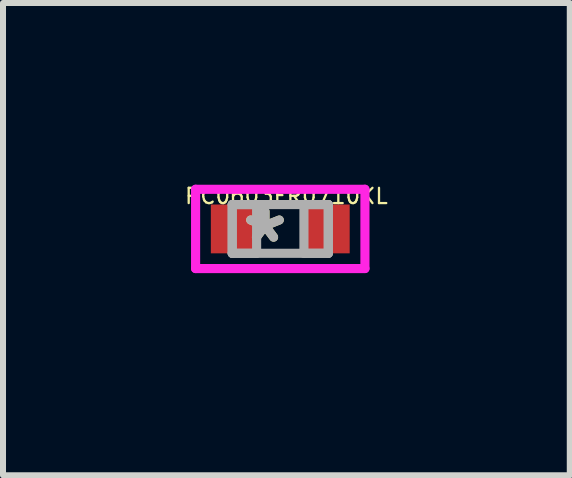
<source format=kicad_pcb>
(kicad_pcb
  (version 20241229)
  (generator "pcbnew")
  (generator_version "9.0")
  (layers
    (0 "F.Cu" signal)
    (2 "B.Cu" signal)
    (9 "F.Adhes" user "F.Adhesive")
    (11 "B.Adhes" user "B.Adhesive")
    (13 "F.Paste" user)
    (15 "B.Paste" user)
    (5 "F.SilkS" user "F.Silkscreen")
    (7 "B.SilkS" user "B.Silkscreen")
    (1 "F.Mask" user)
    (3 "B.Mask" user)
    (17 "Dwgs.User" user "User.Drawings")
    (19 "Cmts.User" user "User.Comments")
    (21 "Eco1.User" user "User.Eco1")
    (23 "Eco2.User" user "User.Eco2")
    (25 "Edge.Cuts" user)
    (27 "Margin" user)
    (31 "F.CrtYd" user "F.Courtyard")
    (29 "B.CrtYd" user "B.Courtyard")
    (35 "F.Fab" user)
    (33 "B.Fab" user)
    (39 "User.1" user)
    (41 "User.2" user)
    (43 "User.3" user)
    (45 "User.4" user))
  (footprint "RC0603FR0710KL"
    (layer "F.Cu")
    (at 1.617 0.762)
    (property "Reference" "RC0603FR0710KL" (at 0.102 -0.546 0) (layer "F.SilkS") (effects (font (size 0.254 0.254) (thickness 0.038))))
    (attr smd)
    (fp_line (start -1.41 -0.66) (end 1.41 -0.66) (stroke (width 0.152) (type solid)) (layer "F.CrtYd"))
    (fp_line (start -1.41 0.66) (end -1.41 -0.66) (stroke (width 0.152) (type solid)) (layer "F.CrtYd"))
    (fp_line (start 1.41 -0.66) (end 1.41 0.66) (stroke (width 0.152) (type solid)) (layer "F.CrtYd"))
    (fp_line (start 1.41 0.66) (end -1.41 0.66) (stroke (width 0.152) (type solid)) (layer "F.CrtYd"))
    (fp_line (start -0.8 -0.406) (end -0.8 0.406) (stroke (width 0.152) (type solid)) (layer "F.Fab"))
    (fp_line (start -0.8 -0.406) (end -0.8 0.406) (stroke (width 0.152) (type solid)) (layer "F.Fab"))
    (fp_line (start -0.8 0.406) (end -0.394 0.406) (stroke (width 0.152) (type solid)) (layer "F.Fab"))
    (fp_line (start -0.8 0.406) (end 0.8 0.406) (stroke (width 0.152) (type solid)) (layer "F.Fab"))
    (fp_line (start -0.394 -0.406) (end -0.8 -0.406) (stroke (width 0.152) (type solid)) (layer "F.Fab"))
    (fp_line (start -0.394 0.406) (end -0.394 -0.406) (stroke (width 0.152) (type solid)) (layer "F.Fab"))
    (fp_line (start 0.394 -0.406) (end 0.394 0.406) (stroke (width 0.152) (type solid)) (layer "F.Fab"))
    (fp_line (start 0.394 0.406) (end 0.8 0.406) (stroke (width 0.152) (type solid)) (layer "F.Fab"))
    (fp_line (start 0.8 -0.406) (end -0.8 -0.406) (stroke (width 0.152) (type solid)) (layer "F.Fab"))
    (fp_line (start 0.8 -0.406) (end 0.394 -0.406) (stroke (width 0.152) (type solid)) (layer "F.Fab"))
    (fp_line (start 0.8 0.406) (end 0.8 -0.406) (stroke (width 0.152) (type solid)) (layer "F.Fab"))
    (fp_line (start 0.8 0.406) (end 0.8 -0.406) (stroke (width 0.152) (type solid)) (layer "F.Fab"))
    (fp_text user "*" (at -0.254 0.254 0) (layer "F.SilkS") (effects (font (size 1 1) (thickness 0.15))))
    (fp_text user "*" (at -0.254 0.254 0) (layer "F.Fab") (effects (font (size 1 1) (thickness 0.15))))
    (pad "1" smd rect (at -0.775 0) (size 0.762 0.813) (layers "F.Cu" "F.Mask" "F.Paste"))
    (pad "2" smd rect (at 0.775 0) (size 0.762 0.813) (layers "F.Cu" "F.Mask" "F.Paste")))
  (gr_rect
    (start -3 -3)
    (end 6.438 4.864)
    (stroke (width 0.1) (type default))
    (fill no)
    (layer "Edge.Cuts")))
</source>
